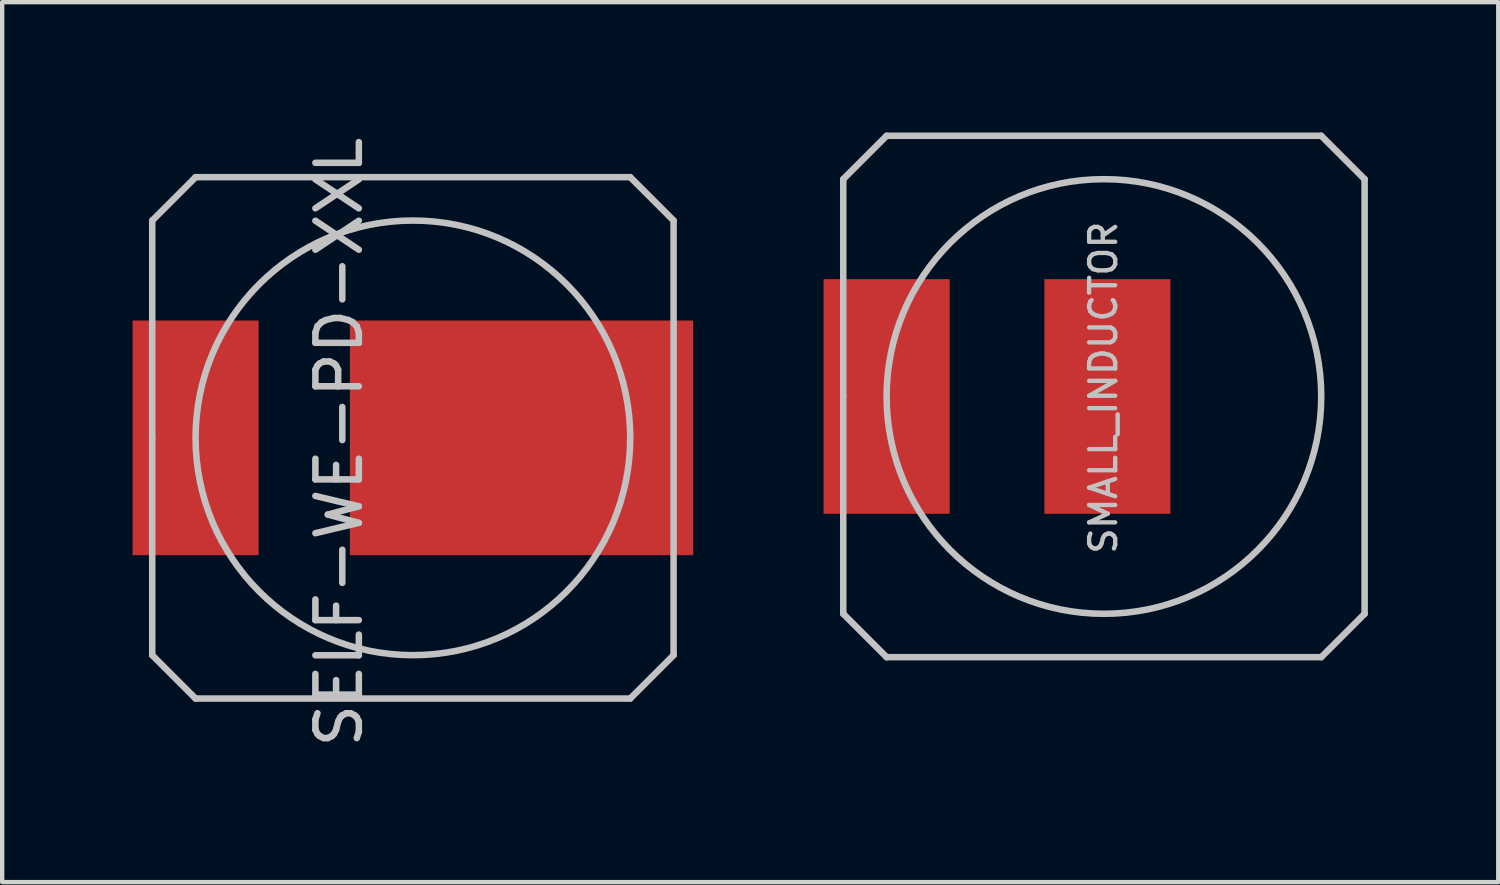
<source format=kicad_pcb>
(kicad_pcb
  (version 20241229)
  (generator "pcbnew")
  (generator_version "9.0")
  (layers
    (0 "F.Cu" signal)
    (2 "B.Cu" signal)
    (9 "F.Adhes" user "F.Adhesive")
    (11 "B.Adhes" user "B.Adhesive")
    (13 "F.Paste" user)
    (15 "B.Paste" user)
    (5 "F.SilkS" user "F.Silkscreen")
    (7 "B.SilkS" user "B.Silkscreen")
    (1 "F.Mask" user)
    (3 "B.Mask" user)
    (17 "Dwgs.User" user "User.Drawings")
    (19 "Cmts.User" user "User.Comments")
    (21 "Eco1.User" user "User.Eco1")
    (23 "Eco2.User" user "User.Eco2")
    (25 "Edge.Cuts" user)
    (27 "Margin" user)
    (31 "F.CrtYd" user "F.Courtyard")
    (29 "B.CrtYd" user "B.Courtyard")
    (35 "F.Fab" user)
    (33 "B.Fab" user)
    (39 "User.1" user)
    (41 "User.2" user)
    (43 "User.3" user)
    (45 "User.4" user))
  (footprint "SELF-WE-PD-XXL"
    (layer "F.Cu")
    (at 6.452 7.026)
    (property "Reference" "SELF-WE-PD-XXL" (at -1.699 0.099 90) (layer "Dwgs.User") (effects (font (size 1 1) (thickness 0.15))))
    (attr smd)
    (fp_line (start -5.999 -5.001) (end -5.001 -5.999) (stroke (width 0.15) (type solid)) (layer "Dwgs.User"))
    (fp_line (start -5.999 0) (end -5.999 -5.001) (stroke (width 0.15) (type solid)) (layer "Dwgs.User"))
    (fp_line (start -5.999 5.001) (end -5.999 0) (stroke (width 0.15) (type solid)) (layer "Dwgs.User"))
    (fp_line (start -5.001 -5.999) (end 5.001 -5.999) (stroke (width 0.15) (type solid)) (layer "Dwgs.User"))
    (fp_line (start -5.001 5.999) (end -5.999 5.001) (stroke (width 0.15) (type solid)) (layer "Dwgs.User"))
    (fp_line (start 5.001 -5.999) (end 5.999 -5.001) (stroke (width 0.15) (type solid)) (layer "Dwgs.User"))
    (fp_line (start 5.001 5.999) (end -5.001 5.999) (stroke (width 0.15) (type solid)) (layer "Dwgs.User"))
    (fp_line (start 5.999 -5.001) (end 5.999 5.001) (stroke (width 0.15) (type solid)) (layer "Dwgs.User"))
    (fp_line (start 5.999 5.001) (end 5.001 5.999) (stroke (width 0.15) (type solid)) (layer "Dwgs.User"))
    (fp_circle (center 0 0) (end 0 -5.001) (stroke (width 0.15) (type solid)) (fill no) (layer "Dwgs.User"))
    (fp_text user "" (at 0 0 0) (layer "Dwgs.User") (effects (font (size 1 1) (thickness 0.15))))
    (fp_text user "" (at 0 0 0) (layer "Dwgs.User") (effects (font (size 1 1) (thickness 0.15))))
    (pad "1" smd rect (at -5.001 0) (size 2.901 5.4) (layers "F.Cu" "F.Mask" "F.Paste"))
    (pad "2" smd rect (at 2.5 0) (size 7.901 5.4) (layers "F.Cu" "F.Mask" "F.Paste")))
  (footprint "SMALL_INDUCTOR"
    (layer "F.Cu")
    (at 22.354 6.074)
    (property "Reference" "SMALL_INDUCTOR" (at -0.013 -0.203 90) (layer "Dwgs.User") (effects (font (size 0.6 0.6) (thickness 0.1))))
    (attr smd)
    (fp_line (start -5.999 -5.001) (end -5.001 -5.999) (stroke (width 0.15) (type solid)) (layer "Dwgs.User"))
    (fp_line (start -5.999 0) (end -5.999 -5.001) (stroke (width 0.15) (type solid)) (layer "Dwgs.User"))
    (fp_line (start -5.999 5.001) (end -5.999 0) (stroke (width 0.15) (type solid)) (layer "Dwgs.User"))
    (fp_line (start -5.001 -5.999) (end 5.001 -5.999) (stroke (width 0.15) (type solid)) (layer "Dwgs.User"))
    (fp_line (start -5.001 5.999) (end -5.999 5.001) (stroke (width 0.15) (type solid)) (layer "Dwgs.User"))
    (fp_line (start 5.001 -5.999) (end 5.999 -5.001) (stroke (width 0.15) (type solid)) (layer "Dwgs.User"))
    (fp_line (start 5.001 5.999) (end -5.001 5.999) (stroke (width 0.15) (type solid)) (layer "Dwgs.User"))
    (fp_line (start 5.999 -5.001) (end 5.999 5.001) (stroke (width 0.15) (type solid)) (layer "Dwgs.User"))
    (fp_line (start 5.999 5.001) (end 5.001 5.999) (stroke (width 0.15) (type solid)) (layer "Dwgs.User"))
    (fp_circle (center 0 0) (end 0 -5.001) (stroke (width 0.15) (type solid)) (fill no) (layer "Dwgs.User"))
    (fp_text user "" (at 0 0 0) (layer "Dwgs.User") (effects (font (size 1 1) (thickness 0.15))))
    (fp_text user "" (at 0 0 0) (layer "Dwgs.User") (effects (font (size 1 1) (thickness 0.15))))
    (pad "1" smd rect (at -5.001 0) (size 2.901 5.4) (layers "F.Cu" "F.Mask" "F.Paste"))
    (pad "2" smd rect (at 0.08 0) (size 2.9 5.4) (layers "F.Cu" "F.Mask" "F.Paste")))
  (gr_rect
    (start -3 -3)
    (end 31.428 17.25)
    (stroke (width 0.1) (type default))
    (fill no)
    (layer "Edge.Cuts")))
</source>
